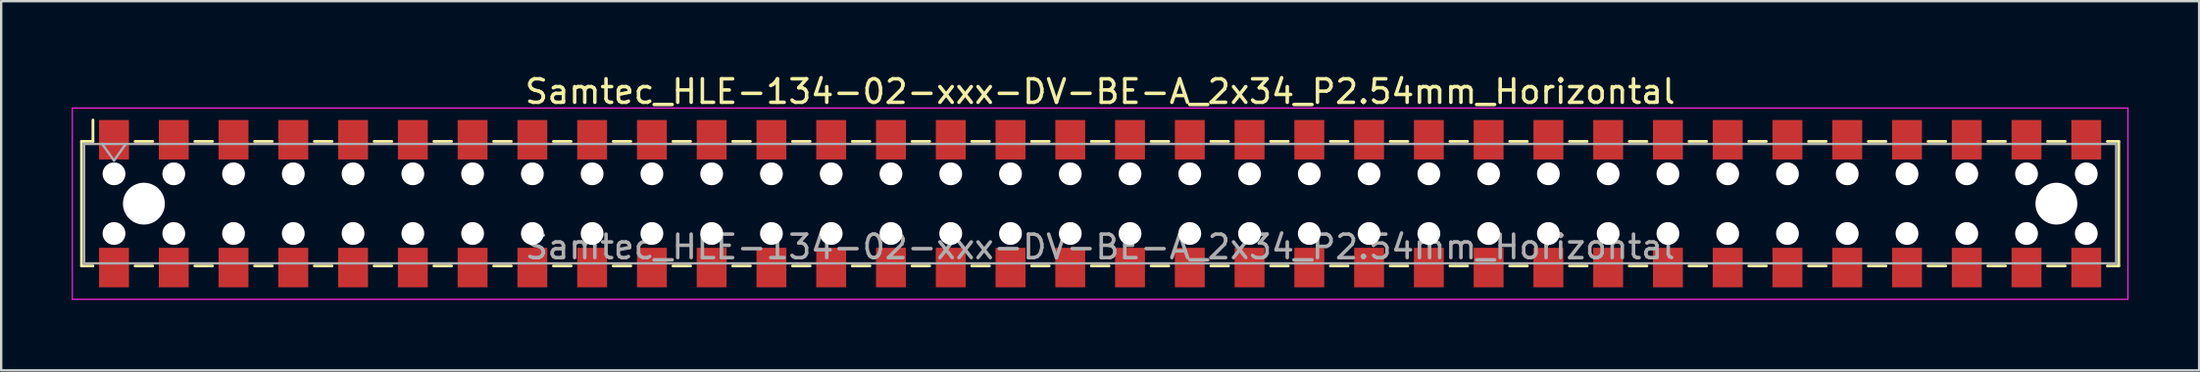
<source format=kicad_pcb>
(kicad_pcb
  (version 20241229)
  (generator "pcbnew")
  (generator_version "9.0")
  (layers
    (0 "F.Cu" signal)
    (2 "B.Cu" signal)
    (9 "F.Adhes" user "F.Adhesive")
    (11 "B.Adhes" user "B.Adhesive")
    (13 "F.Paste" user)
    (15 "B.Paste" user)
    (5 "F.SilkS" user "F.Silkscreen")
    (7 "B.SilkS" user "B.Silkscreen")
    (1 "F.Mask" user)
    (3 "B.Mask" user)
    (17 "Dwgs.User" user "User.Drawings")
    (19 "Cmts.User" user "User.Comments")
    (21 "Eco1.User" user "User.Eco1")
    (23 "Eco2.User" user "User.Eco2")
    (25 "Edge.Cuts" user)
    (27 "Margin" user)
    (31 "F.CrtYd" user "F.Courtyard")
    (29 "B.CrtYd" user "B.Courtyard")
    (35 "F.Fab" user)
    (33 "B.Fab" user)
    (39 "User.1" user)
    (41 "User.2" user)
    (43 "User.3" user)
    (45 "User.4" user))
  (footprint "Samtec_HLE-134-02-xxx-DV-BE-A_2x34_P2.54mm_Horizontal"
    (layer "F.Cu")
    (at 43.705 5.618)
    (property "Reference" "Samtec_HLE-134-02-xxx-DV-BE-A_2x34_P2.54mm_Horizontal" (at 0 -4.77 0) (layer "F.SilkS") (effects (font (size 1 1) (thickness 0.15))))
    (attr smd)
    (fp_line (start -43.29 -2.65) (end -43.29 2.65) (stroke (width 0.12) (type solid)) (layer "F.SilkS"))
    (fp_line (start -43.29 2.65) (end -42.805 2.65) (stroke (width 0.12) (type solid)) (layer "F.SilkS"))
    (fp_line (start -42.805 -3.56) (end -42.805 -2.65) (stroke (width 0.12) (type solid)) (layer "F.SilkS"))
    (fp_line (start -42.805 -2.65) (end -43.29 -2.65) (stroke (width 0.12) (type solid)) (layer "F.SilkS"))
    (fp_line (start -41.015 -2.65) (end -40.265 -2.65) (stroke (width 0.12) (type solid)) (layer "F.SilkS"))
    (fp_line (start -41.015 2.65) (end -40.265 2.65) (stroke (width 0.12) (type solid)) (layer "F.SilkS"))
    (fp_line (start -38.475 -2.65) (end -37.725 -2.65) (stroke (width 0.12) (type solid)) (layer "F.SilkS"))
    (fp_line (start -38.475 2.65) (end -37.725 2.65) (stroke (width 0.12) (type solid)) (layer "F.SilkS"))
    (fp_line (start -35.935 -2.65) (end -35.185 -2.65) (stroke (width 0.12) (type solid)) (layer "F.SilkS"))
    (fp_line (start -35.935 2.65) (end -35.185 2.65) (stroke (width 0.12) (type solid)) (layer "F.SilkS"))
    (fp_line (start -33.395 -2.65) (end -32.645 -2.65) (stroke (width 0.12) (type solid)) (layer "F.SilkS"))
    (fp_line (start -33.395 2.65) (end -32.645 2.65) (stroke (width 0.12) (type solid)) (layer "F.SilkS"))
    (fp_line (start -30.855 -2.65) (end -30.105 -2.65) (stroke (width 0.12) (type solid)) (layer "F.SilkS"))
    (fp_line (start -30.855 2.65) (end -30.105 2.65) (stroke (width 0.12) (type solid)) (layer "F.SilkS"))
    (fp_line (start -28.315 -2.65) (end -27.565 -2.65) (stroke (width 0.12) (type solid)) (layer "F.SilkS"))
    (fp_line (start -28.315 2.65) (end -27.565 2.65) (stroke (width 0.12) (type solid)) (layer "F.SilkS"))
    (fp_line (start -25.775 -2.65) (end -25.025 -2.65) (stroke (width 0.12) (type solid)) (layer "F.SilkS"))
    (fp_line (start -25.775 2.65) (end -25.025 2.65) (stroke (width 0.12) (type solid)) (layer "F.SilkS"))
    (fp_line (start -23.235 -2.65) (end -22.485 -2.65) (stroke (width 0.12) (type solid)) (layer "F.SilkS"))
    (fp_line (start -23.235 2.65) (end -22.485 2.65) (stroke (width 0.12) (type solid)) (layer "F.SilkS"))
    (fp_line (start -20.695 -2.65) (end -19.945 -2.65) (stroke (width 0.12) (type solid)) (layer "F.SilkS"))
    (fp_line (start -20.695 2.65) (end -19.945 2.65) (stroke (width 0.12) (type solid)) (layer "F.SilkS"))
    (fp_line (start -18.155 -2.65) (end -17.405 -2.65) (stroke (width 0.12) (type solid)) (layer "F.SilkS"))
    (fp_line (start -18.155 2.65) (end -17.405 2.65) (stroke (width 0.12) (type solid)) (layer "F.SilkS"))
    (fp_line (start -15.615 -2.65) (end -14.865 -2.65) (stroke (width 0.12) (type solid)) (layer "F.SilkS"))
    (fp_line (start -15.615 2.65) (end -14.865 2.65) (stroke (width 0.12) (type solid)) (layer "F.SilkS"))
    (fp_line (start -13.075 -2.65) (end -12.325 -2.65) (stroke (width 0.12) (type solid)) (layer "F.SilkS"))
    (fp_line (start -13.075 2.65) (end -12.325 2.65) (stroke (width 0.12) (type solid)) (layer "F.SilkS"))
    (fp_line (start -10.535 -2.65) (end -9.785 -2.65) (stroke (width 0.12) (type solid)) (layer "F.SilkS"))
    (fp_line (start -10.535 2.65) (end -9.785 2.65) (stroke (width 0.12) (type solid)) (layer "F.SilkS"))
    (fp_line (start -7.995 -2.65) (end -7.245 -2.65) (stroke (width 0.12) (type solid)) (layer "F.SilkS"))
    (fp_line (start -7.995 2.65) (end -7.245 2.65) (stroke (width 0.12) (type solid)) (layer "F.SilkS"))
    (fp_line (start -5.455 -2.65) (end -4.705 -2.65) (stroke (width 0.12) (type solid)) (layer "F.SilkS"))
    (fp_line (start -5.455 2.65) (end -4.705 2.65) (stroke (width 0.12) (type solid)) (layer "F.SilkS"))
    (fp_line (start -2.915 -2.65) (end -2.165 -2.65) (stroke (width 0.12) (type solid)) (layer "F.SilkS"))
    (fp_line (start -2.915 2.65) (end -2.165 2.65) (stroke (width 0.12) (type solid)) (layer "F.SilkS"))
    (fp_line (start -0.375 -2.65) (end 0.375 -2.65) (stroke (width 0.12) (type solid)) (layer "F.SilkS"))
    (fp_line (start -0.375 2.65) (end 0.375 2.65) (stroke (width 0.12) (type solid)) (layer "F.SilkS"))
    (fp_line (start 2.165 -2.65) (end 2.915 -2.65) (stroke (width 0.12) (type solid)) (layer "F.SilkS"))
    (fp_line (start 2.165 2.65) (end 2.915 2.65) (stroke (width 0.12) (type solid)) (layer "F.SilkS"))
    (fp_line (start 4.705 -2.65) (end 5.455 -2.65) (stroke (width 0.12) (type solid)) (layer "F.SilkS"))
    (fp_line (start 4.705 2.65) (end 5.455 2.65) (stroke (width 0.12) (type solid)) (layer "F.SilkS"))
    (fp_line (start 7.245 -2.65) (end 7.995 -2.65) (stroke (width 0.12) (type solid)) (layer "F.SilkS"))
    (fp_line (start 7.245 2.65) (end 7.995 2.65) (stroke (width 0.12) (type solid)) (layer "F.SilkS"))
    (fp_line (start 9.785 -2.65) (end 10.535 -2.65) (stroke (width 0.12) (type solid)) (layer "F.SilkS"))
    (fp_line (start 9.785 2.65) (end 10.535 2.65) (stroke (width 0.12) (type solid)) (layer "F.SilkS"))
    (fp_line (start 12.325 -2.65) (end 13.075 -2.65) (stroke (width 0.12) (type solid)) (layer "F.SilkS"))
    (fp_line (start 12.325 2.65) (end 13.075 2.65) (stroke (width 0.12) (type solid)) (layer "F.SilkS"))
    (fp_line (start 14.865 -2.65) (end 15.615 -2.65) (stroke (width 0.12) (type solid)) (layer "F.SilkS"))
    (fp_line (start 14.865 2.65) (end 15.615 2.65) (stroke (width 0.12) (type solid)) (layer "F.SilkS"))
    (fp_line (start 17.405 -2.65) (end 18.155 -2.65) (stroke (width 0.12) (type solid)) (layer "F.SilkS"))
    (fp_line (start 17.405 2.65) (end 18.155 2.65) (stroke (width 0.12) (type solid)) (layer "F.SilkS"))
    (fp_line (start 19.945 -2.65) (end 20.695 -2.65) (stroke (width 0.12) (type solid)) (layer "F.SilkS"))
    (fp_line (start 19.945 2.65) (end 20.695 2.65) (stroke (width 0.12) (type solid)) (layer "F.SilkS"))
    (fp_line (start 22.485 -2.65) (end 23.235 -2.65) (stroke (width 0.12) (type solid)) (layer "F.SilkS"))
    (fp_line (start 22.485 2.65) (end 23.235 2.65) (stroke (width 0.12) (type solid)) (layer "F.SilkS"))
    (fp_line (start 25.025 -2.65) (end 25.775 -2.65) (stroke (width 0.12) (type solid)) (layer "F.SilkS"))
    (fp_line (start 25.025 2.65) (end 25.775 2.65) (stroke (width 0.12) (type solid)) (layer "F.SilkS"))
    (fp_line (start 27.565 -2.65) (end 28.315 -2.65) (stroke (width 0.12) (type solid)) (layer "F.SilkS"))
    (fp_line (start 27.565 2.65) (end 28.315 2.65) (stroke (width 0.12) (type solid)) (layer "F.SilkS"))
    (fp_line (start 30.105 -2.65) (end 30.855 -2.65) (stroke (width 0.12) (type solid)) (layer "F.SilkS"))
    (fp_line (start 30.105 2.65) (end 30.855 2.65) (stroke (width 0.12) (type solid)) (layer "F.SilkS"))
    (fp_line (start 32.645 -2.65) (end 33.395 -2.65) (stroke (width 0.12) (type solid)) (layer "F.SilkS"))
    (fp_line (start 32.645 2.65) (end 33.395 2.65) (stroke (width 0.12) (type solid)) (layer "F.SilkS"))
    (fp_line (start 35.185 -2.65) (end 35.935 -2.65) (stroke (width 0.12) (type solid)) (layer "F.SilkS"))
    (fp_line (start 35.185 2.65) (end 35.935 2.65) (stroke (width 0.12) (type solid)) (layer "F.SilkS"))
    (fp_line (start 37.725 -2.65) (end 38.475 -2.65) (stroke (width 0.12) (type solid)) (layer "F.SilkS"))
    (fp_line (start 37.725 2.65) (end 38.475 2.65) (stroke (width 0.12) (type solid)) (layer "F.SilkS"))
    (fp_line (start 40.265 -2.65) (end 41.015 -2.65) (stroke (width 0.12) (type solid)) (layer "F.SilkS"))
    (fp_line (start 40.265 2.65) (end 41.015 2.65) (stroke (width 0.12) (type solid)) (layer "F.SilkS"))
    (fp_line (start 42.805 -2.65) (end 43.29 -2.65) (stroke (width 0.12) (type solid)) (layer "F.SilkS"))
    (fp_line (start 43.29 -2.65) (end 43.29 2.65) (stroke (width 0.12) (type solid)) (layer "F.SilkS"))
    (fp_line (start 43.29 2.65) (end 42.805 2.65) (stroke (width 0.12) (type solid)) (layer "F.SilkS"))
    (fp_line (start -43.68 -4.07) (end 43.68 -4.07) (stroke (width 0.05) (type solid)) (layer "F.CrtYd"))
    (fp_line (start -43.68 4.07) (end -43.68 -4.07) (stroke (width 0.05) (type solid)) (layer "F.CrtYd"))
    (fp_line (start 43.68 -4.07) (end 43.68 4.07) (stroke (width 0.05) (type solid)) (layer "F.CrtYd"))
    (fp_line (start 43.68 4.07) (end -43.68 4.07) (stroke (width 0.05) (type solid)) (layer "F.CrtYd"))
    (fp_line (start -43.18 -2.54) (end 43.18 -2.54) (stroke (width 0.1) (type solid)) (layer "F.Fab"))
    (fp_line (start -43.18 2.54) (end -43.18 -2.54) (stroke (width 0.1) (type solid)) (layer "F.Fab"))
    (fp_line (start -42.41 -2.54) (end -41.91 -1.833) (stroke (width 0.1) (type solid)) (layer "F.Fab"))
    (fp_line (start -41.91 -1.833) (end -41.41 -2.54) (stroke (width 0.1) (type solid)) (layer "F.Fab"))
    (fp_line (start 43.18 -2.54) (end 43.18 2.54) (stroke (width 0.1) (type solid)) (layer "F.Fab"))
    (fp_line (start 43.18 2.54) (end -43.18 2.54) (stroke (width 0.1) (type solid)) (layer "F.Fab"))
    (fp_text user "${REFERENCE}" (at 0 1.84 0) (layer "F.Fab") (effects (font (size 1 1) (thickness 0.15))))
    (pad "" np_thru_hole circle (at -41.91 -1.27) (size 0.97 0.97) (drill 0.97) (layers "*.Cu" "*.Mask"))
    (pad "" np_thru_hole circle (at -41.91 1.27) (size 0.97 0.97) (drill 0.97) (layers "*.Cu" "*.Mask"))
    (pad "" np_thru_hole circle (at -40.64 0) (size 1.78 1.78) (drill 1.78) (layers "*.Cu" "*.Mask"))
    (pad "" np_thru_hole circle (at -39.37 -1.27) (size 0.97 0.97) (drill 0.97) (layers "*.Cu" "*.Mask"))
    (pad "" np_thru_hole circle (at -39.37 1.27) (size 0.97 0.97) (drill 0.97) (layers "*.Cu" "*.Mask"))
    (pad "" np_thru_hole circle (at -36.83 -1.27) (size 0.97 0.97) (drill 0.97) (layers "*.Cu" "*.Mask"))
    (pad "" np_thru_hole circle (at -36.83 1.27) (size 0.97 0.97) (drill 0.97) (layers "*.Cu" "*.Mask"))
    (pad "" np_thru_hole circle (at -34.29 -1.27) (size 0.97 0.97) (drill 0.97) (layers "*.Cu" "*.Mask"))
    (pad "" np_thru_hole circle (at -34.29 1.27) (size 0.97 0.97) (drill 0.97) (layers "*.Cu" "*.Mask"))
    (pad "" np_thru_hole circle (at -31.75 -1.27) (size 0.97 0.97) (drill 0.97) (layers "*.Cu" "*.Mask"))
    (pad "" np_thru_hole circle (at -31.75 1.27) (size 0.97 0.97) (drill 0.97) (layers "*.Cu" "*.Mask"))
    (pad "" np_thru_hole circle (at -29.21 -1.27) (size 0.97 0.97) (drill 0.97) (layers "*.Cu" "*.Mask"))
    (pad "" np_thru_hole circle (at -29.21 1.27) (size 0.97 0.97) (drill 0.97) (layers "*.Cu" "*.Mask"))
    (pad "" np_thru_hole circle (at -26.67 -1.27) (size 0.97 0.97) (drill 0.97) (layers "*.Cu" "*.Mask"))
    (pad "" np_thru_hole circle (at -26.67 1.27) (size 0.97 0.97) (drill 0.97) (layers "*.Cu" "*.Mask"))
    (pad "" np_thru_hole circle (at -24.13 -1.27) (size 0.97 0.97) (drill 0.97) (layers "*.Cu" "*.Mask"))
    (pad "" np_thru_hole circle (at -24.13 1.27) (size 0.97 0.97) (drill 0.97) (layers "*.Cu" "*.Mask"))
    (pad "" np_thru_hole circle (at -21.59 -1.27) (size 0.97 0.97) (drill 0.97) (layers "*.Cu" "*.Mask"))
    (pad "" np_thru_hole circle (at -21.59 1.27) (size 0.97 0.97) (drill 0.97) (layers "*.Cu" "*.Mask"))
    (pad "" np_thru_hole circle (at -19.05 -1.27) (size 0.97 0.97) (drill 0.97) (layers "*.Cu" "*.Mask"))
    (pad "" np_thru_hole circle (at -19.05 1.27) (size 0.97 0.97) (drill 0.97) (layers "*.Cu" "*.Mask"))
    (pad "" np_thru_hole circle (at -16.51 -1.27) (size 0.97 0.97) (drill 0.97) (layers "*.Cu" "*.Mask"))
    (pad "" np_thru_hole circle (at -16.51 1.27) (size 0.97 0.97) (drill 0.97) (layers "*.Cu" "*.Mask"))
    (pad "" np_thru_hole circle (at -13.97 -1.27) (size 0.97 0.97) (drill 0.97) (layers "*.Cu" "*.Mask"))
    (pad "" np_thru_hole circle (at -13.97 1.27) (size 0.97 0.97) (drill 0.97) (layers "*.Cu" "*.Mask"))
    (pad "" np_thru_hole circle (at -11.43 -1.27) (size 0.97 0.97) (drill 0.97) (layers "*.Cu" "*.Mask"))
    (pad "" np_thru_hole circle (at -11.43 1.27) (size 0.97 0.97) (drill 0.97) (layers "*.Cu" "*.Mask"))
    (pad "" np_thru_hole circle (at -8.89 -1.27) (size 0.97 0.97) (drill 0.97) (layers "*.Cu" "*.Mask"))
    (pad "" np_thru_hole circle (at -8.89 1.27) (size 0.97 0.97) (drill 0.97) (layers "*.Cu" "*.Mask"))
    (pad "" np_thru_hole circle (at -6.35 -1.27) (size 0.97 0.97) (drill 0.97) (layers "*.Cu" "*.Mask"))
    (pad "" np_thru_hole circle (at -6.35 1.27) (size 0.97 0.97) (drill 0.97) (layers "*.Cu" "*.Mask"))
    (pad "" np_thru_hole circle (at -3.81 -1.27) (size 0.97 0.97) (drill 0.97) (layers "*.Cu" "*.Mask"))
    (pad "" np_thru_hole circle (at -3.81 1.27) (size 0.97 0.97) (drill 0.97) (layers "*.Cu" "*.Mask"))
    (pad "" np_thru_hole circle (at -1.27 -1.27) (size 0.97 0.97) (drill 0.97) (layers "*.Cu" "*.Mask"))
    (pad "" np_thru_hole circle (at -1.27 1.27) (size 0.97 0.97) (drill 0.97) (layers "*.Cu" "*.Mask"))
    (pad "" np_thru_hole circle (at 1.27 -1.27) (size 0.97 0.97) (drill 0.97) (layers "*.Cu" "*.Mask"))
    (pad "" np_thru_hole circle (at 1.27 1.27) (size 0.97 0.97) (drill 0.97) (layers "*.Cu" "*.Mask"))
    (pad "" np_thru_hole circle (at 3.81 -1.27) (size 0.97 0.97) (drill 0.97) (layers "*.Cu" "*.Mask"))
    (pad "" np_thru_hole circle (at 3.81 1.27) (size 0.97 0.97) (drill 0.97) (layers "*.Cu" "*.Mask"))
    (pad "" np_thru_hole circle (at 6.35 -1.27) (size 0.97 0.97) (drill 0.97) (layers "*.Cu" "*.Mask"))
    (pad "" np_thru_hole circle (at 6.35 1.27) (size 0.97 0.97) (drill 0.97) (layers "*.Cu" "*.Mask"))
    (pad "" np_thru_hole circle (at 8.89 -1.27) (size 0.97 0.97) (drill 0.97) (layers "*.Cu" "*.Mask"))
    (pad "" np_thru_hole circle (at 8.89 1.27) (size 0.97 0.97) (drill 0.97) (layers "*.Cu" "*.Mask"))
    (pad "" np_thru_hole circle (at 11.43 -1.27) (size 0.97 0.97) (drill 0.97) (layers "*.Cu" "*.Mask"))
    (pad "" np_thru_hole circle (at 11.43 1.27) (size 0.97 0.97) (drill 0.97) (layers "*.Cu" "*.Mask"))
    (pad "" np_thru_hole circle (at 13.97 -1.27) (size 0.97 0.97) (drill 0.97) (layers "*.Cu" "*.Mask"))
    (pad "" np_thru_hole circle (at 13.97 1.27) (size 0.97 0.97) (drill 0.97) (layers "*.Cu" "*.Mask"))
    (pad "" np_thru_hole circle (at 16.51 -1.27) (size 0.97 0.97) (drill 0.97) (layers "*.Cu" "*.Mask"))
    (pad "" np_thru_hole circle (at 16.51 1.27) (size 0.97 0.97) (drill 0.97) (layers "*.Cu" "*.Mask"))
    (pad "" np_thru_hole circle (at 19.05 -1.27) (size 0.97 0.97) (drill 0.97) (layers "*.Cu" "*.Mask"))
    (pad "" np_thru_hole circle (at 19.05 1.27) (size 0.97 0.97) (drill 0.97) (layers "*.Cu" "*.Mask"))
    (pad "" np_thru_hole circle (at 21.59 -1.27) (size 0.97 0.97) (drill 0.97) (layers "*.Cu" "*.Mask"))
    (pad "" np_thru_hole circle (at 21.59 1.27) (size 0.97 0.97) (drill 0.97) (layers "*.Cu" "*.Mask"))
    (pad "" np_thru_hole circle (at 24.13 -1.27) (size 0.97 0.97) (drill 0.97) (layers "*.Cu" "*.Mask"))
    (pad "" np_thru_hole circle (at 24.13 1.27) (size 0.97 0.97) (drill 0.97) (layers "*.Cu" "*.Mask"))
    (pad "" np_thru_hole circle (at 26.67 -1.27) (size 0.97 0.97) (drill 0.97) (layers "*.Cu" "*.Mask"))
    (pad "" np_thru_hole circle (at 26.67 1.27) (size 0.97 0.97) (drill 0.97) (layers "*.Cu" "*.Mask"))
    (pad "" np_thru_hole circle (at 29.21 -1.27) (size 0.97 0.97) (drill 0.97) (layers "*.Cu" "*.Mask"))
    (pad "" np_thru_hole circle (at 29.21 1.27) (size 0.97 0.97) (drill 0.97) (layers "*.Cu" "*.Mask"))
    (pad "" np_thru_hole circle (at 31.75 -1.27) (size 0.97 0.97) (drill 0.97) (layers "*.Cu" "*.Mask"))
    (pad "" np_thru_hole circle (at 31.75 1.27) (size 0.97 0.97) (drill 0.97) (layers "*.Cu" "*.Mask"))
    (pad "" np_thru_hole circle (at 34.29 -1.27) (size 0.97 0.97) (drill 0.97) (layers "*.Cu" "*.Mask"))
    (pad "" np_thru_hole circle (at 34.29 1.27) (size 0.97 0.97) (drill 0.97) (layers "*.Cu" "*.Mask"))
    (pad "" np_thru_hole circle (at 36.83 -1.27) (size 0.97 0.97) (drill 0.97) (layers "*.Cu" "*.Mask"))
    (pad "" np_thru_hole circle (at 36.83 1.27) (size 0.97 0.97) (drill 0.97) (layers "*.Cu" "*.Mask"))
    (pad "" np_thru_hole circle (at 39.37 -1.27) (size 0.97 0.97) (drill 0.97) (layers "*.Cu" "*.Mask"))
    (pad "" np_thru_hole circle (at 39.37 1.27) (size 0.97 0.97) (drill 0.97) (layers "*.Cu" "*.Mask"))
    (pad "" np_thru_hole circle (at 40.64 0) (size 1.78 1.78) (drill 1.78) (layers "*.Cu" "*.Mask"))
    (pad "" np_thru_hole circle (at 41.91 -1.27) (size 0.97 0.97) (drill 0.97) (layers "*.Cu" "*.Mask"))
    (pad "" np_thru_hole circle (at 41.91 1.27) (size 0.97 0.97) (drill 0.97) (layers "*.Cu" "*.Mask"))
    (pad "1" smd rect (at -41.91 -2.72) (size 1.27 1.68) (layers "F.Cu" "F.Mask" "F.Paste"))
    (pad "2" smd rect (at -41.91 2.72) (size 1.27 1.68) (layers "F.Cu" "F.Mask" "F.Paste"))
    (pad "3" smd rect (at -39.37 -2.72) (size 1.27 1.68) (layers "F.Cu" "F.Mask" "F.Paste"))
    (pad "4" smd rect (at -39.37 2.72) (size 1.27 1.68) (layers "F.Cu" "F.Mask" "F.Paste"))
    (pad "5" smd rect (at -36.83 -2.72) (size 1.27 1.68) (layers "F.Cu" "F.Mask" "F.Paste"))
    (pad "6" smd rect (at -36.83 2.72) (size 1.27 1.68) (layers "F.Cu" "F.Mask" "F.Paste"))
    (pad "7" smd rect (at -34.29 -2.72) (size 1.27 1.68) (layers "F.Cu" "F.Mask" "F.Paste"))
    (pad "8" smd rect (at -34.29 2.72) (size 1.27 1.68) (layers "F.Cu" "F.Mask" "F.Paste"))
    (pad "9" smd rect (at -31.75 -2.72) (size 1.27 1.68) (layers "F.Cu" "F.Mask" "F.Paste"))
    (pad "10" smd rect (at -31.75 2.72) (size 1.27 1.68) (layers "F.Cu" "F.Mask" "F.Paste"))
    (pad "11" smd rect (at -29.21 -2.72) (size 1.27 1.68) (layers "F.Cu" "F.Mask" "F.Paste"))
    (pad "12" smd rect (at -29.21 2.72) (size 1.27 1.68) (layers "F.Cu" "F.Mask" "F.Paste"))
    (pad "13" smd rect (at -26.67 -2.72) (size 1.27 1.68) (layers "F.Cu" "F.Mask" "F.Paste"))
    (pad "14" smd rect (at -26.67 2.72) (size 1.27 1.68) (layers "F.Cu" "F.Mask" "F.Paste"))
    (pad "15" smd rect (at -24.13 -2.72) (size 1.27 1.68) (layers "F.Cu" "F.Mask" "F.Paste"))
    (pad "16" smd rect (at -24.13 2.72) (size 1.27 1.68) (layers "F.Cu" "F.Mask" "F.Paste"))
    (pad "17" smd rect (at -21.59 -2.72) (size 1.27 1.68) (layers "F.Cu" "F.Mask" "F.Paste"))
    (pad "18" smd rect (at -21.59 2.72) (size 1.27 1.68) (layers "F.Cu" "F.Mask" "F.Paste"))
    (pad "19" smd rect (at -19.05 -2.72) (size 1.27 1.68) (layers "F.Cu" "F.Mask" "F.Paste"))
    (pad "20" smd rect (at -19.05 2.72) (size 1.27 1.68) (layers "F.Cu" "F.Mask" "F.Paste"))
    (pad "21" smd rect (at -16.51 -2.72) (size 1.27 1.68) (layers "F.Cu" "F.Mask" "F.Paste"))
    (pad "22" smd rect (at -16.51 2.72) (size 1.27 1.68) (layers "F.Cu" "F.Mask" "F.Paste"))
    (pad "23" smd rect (at -13.97 -2.72) (size 1.27 1.68) (layers "F.Cu" "F.Mask" "F.Paste"))
    (pad "24" smd rect (at -13.97 2.72) (size 1.27 1.68) (layers "F.Cu" "F.Mask" "F.Paste"))
    (pad "25" smd rect (at -11.43 -2.72) (size 1.27 1.68) (layers "F.Cu" "F.Mask" "F.Paste"))
    (pad "26" smd rect (at -11.43 2.72) (size 1.27 1.68) (layers "F.Cu" "F.Mask" "F.Paste"))
    (pad "27" smd rect (at -8.89 -2.72) (size 1.27 1.68) (layers "F.Cu" "F.Mask" "F.Paste"))
    (pad "28" smd rect (at -8.89 2.72) (size 1.27 1.68) (layers "F.Cu" "F.Mask" "F.Paste"))
    (pad "29" smd rect (at -6.35 -2.72) (size 1.27 1.68) (layers "F.Cu" "F.Mask" "F.Paste"))
    (pad "30" smd rect (at -6.35 2.72) (size 1.27 1.68) (layers "F.Cu" "F.Mask" "F.Paste"))
    (pad "31" smd rect (at -3.81 -2.72) (size 1.27 1.68) (layers "F.Cu" "F.Mask" "F.Paste"))
    (pad "32" smd rect (at -3.81 2.72) (size 1.27 1.68) (layers "F.Cu" "F.Mask" "F.Paste"))
    (pad "33" smd rect (at -1.27 -2.72) (size 1.27 1.68) (layers "F.Cu" "F.Mask" "F.Paste"))
    (pad "34" smd rect (at -1.27 2.72) (size 1.27 1.68) (layers "F.Cu" "F.Mask" "F.Paste"))
    (pad "35" smd rect (at 1.27 -2.72) (size 1.27 1.68) (layers "F.Cu" "F.Mask" "F.Paste"))
    (pad "36" smd rect (at 1.27 2.72) (size 1.27 1.68) (layers "F.Cu" "F.Mask" "F.Paste"))
    (pad "37" smd rect (at 3.81 -2.72) (size 1.27 1.68) (layers "F.Cu" "F.Mask" "F.Paste"))
    (pad "38" smd rect (at 3.81 2.72) (size 1.27 1.68) (layers "F.Cu" "F.Mask" "F.Paste"))
    (pad "39" smd rect (at 6.35 -2.72) (size 1.27 1.68) (layers "F.Cu" "F.Mask" "F.Paste"))
    (pad "40" smd rect (at 6.35 2.72) (size 1.27 1.68) (layers "F.Cu" "F.Mask" "F.Paste"))
    (pad "41" smd rect (at 8.89 -2.72) (size 1.27 1.68) (layers "F.Cu" "F.Mask" "F.Paste"))
    (pad "42" smd rect (at 8.89 2.72) (size 1.27 1.68) (layers "F.Cu" "F.Mask" "F.Paste"))
    (pad "43" smd rect (at 11.43 -2.72) (size 1.27 1.68) (layers "F.Cu" "F.Mask" "F.Paste"))
    (pad "44" smd rect (at 11.43 2.72) (size 1.27 1.68) (layers "F.Cu" "F.Mask" "F.Paste"))
    (pad "45" smd rect (at 13.97 -2.72) (size 1.27 1.68) (layers "F.Cu" "F.Mask" "F.Paste"))
    (pad "46" smd rect (at 13.97 2.72) (size 1.27 1.68) (layers "F.Cu" "F.Mask" "F.Paste"))
    (pad "47" smd rect (at 16.51 -2.72) (size 1.27 1.68) (layers "F.Cu" "F.Mask" "F.Paste"))
    (pad "48" smd rect (at 16.51 2.72) (size 1.27 1.68) (layers "F.Cu" "F.Mask" "F.Paste"))
    (pad "49" smd rect (at 19.05 -2.72) (size 1.27 1.68) (layers "F.Cu" "F.Mask" "F.Paste"))
    (pad "50" smd rect (at 19.05 2.72) (size 1.27 1.68) (layers "F.Cu" "F.Mask" "F.Paste"))
    (pad "51" smd rect (at 21.59 -2.72) (size 1.27 1.68) (layers "F.Cu" "F.Mask" "F.Paste"))
    (pad "52" smd rect (at 21.59 2.72) (size 1.27 1.68) (layers "F.Cu" "F.Mask" "F.Paste"))
    (pad "53" smd rect (at 24.13 -2.72) (size 1.27 1.68) (layers "F.Cu" "F.Mask" "F.Paste"))
    (pad "54" smd rect (at 24.13 2.72) (size 1.27 1.68) (layers "F.Cu" "F.Mask" "F.Paste"))
    (pad "55" smd rect (at 26.67 -2.72) (size 1.27 1.68) (layers "F.Cu" "F.Mask" "F.Paste"))
    (pad "56" smd rect (at 26.67 2.72) (size 1.27 1.68) (layers "F.Cu" "F.Mask" "F.Paste"))
    (pad "57" smd rect (at 29.21 -2.72) (size 1.27 1.68) (layers "F.Cu" "F.Mask" "F.Paste"))
    (pad "58" smd rect (at 29.21 2.72) (size 1.27 1.68) (layers "F.Cu" "F.Mask" "F.Paste"))
    (pad "59" smd rect (at 31.75 -2.72) (size 1.27 1.68) (layers "F.Cu" "F.Mask" "F.Paste"))
    (pad "60" smd rect (at 31.75 2.72) (size 1.27 1.68) (layers "F.Cu" "F.Mask" "F.Paste"))
    (pad "61" smd rect (at 34.29 -2.72) (size 1.27 1.68) (layers "F.Cu" "F.Mask" "F.Paste"))
    (pad "62" smd rect (at 34.29 2.72) (size 1.27 1.68) (layers "F.Cu" "F.Mask" "F.Paste"))
    (pad "63" smd rect (at 36.83 -2.72) (size 1.27 1.68) (layers "F.Cu" "F.Mask" "F.Paste"))
    (pad "64" smd rect (at 36.83 2.72) (size 1.27 1.68) (layers "F.Cu" "F.Mask" "F.Paste"))
    (pad "65" smd rect (at 39.37 -2.72) (size 1.27 1.68) (layers "F.Cu" "F.Mask" "F.Paste"))
    (pad "66" smd rect (at 39.37 2.72) (size 1.27 1.68) (layers "F.Cu" "F.Mask" "F.Paste"))
    (pad "67" smd rect (at 41.91 -2.72) (size 1.27 1.68) (layers "F.Cu" "F.Mask" "F.Paste"))
    (pad "68" smd rect (at 41.91 2.72) (size 1.27 1.68) (layers "F.Cu" "F.Mask" "F.Paste")))
  (gr_rect
    (start -3 -3)
    (end 90.41 12.713)
    (stroke (width 0.1) (type default))
    (fill no)
    (layer "Edge.Cuts")))
</source>
